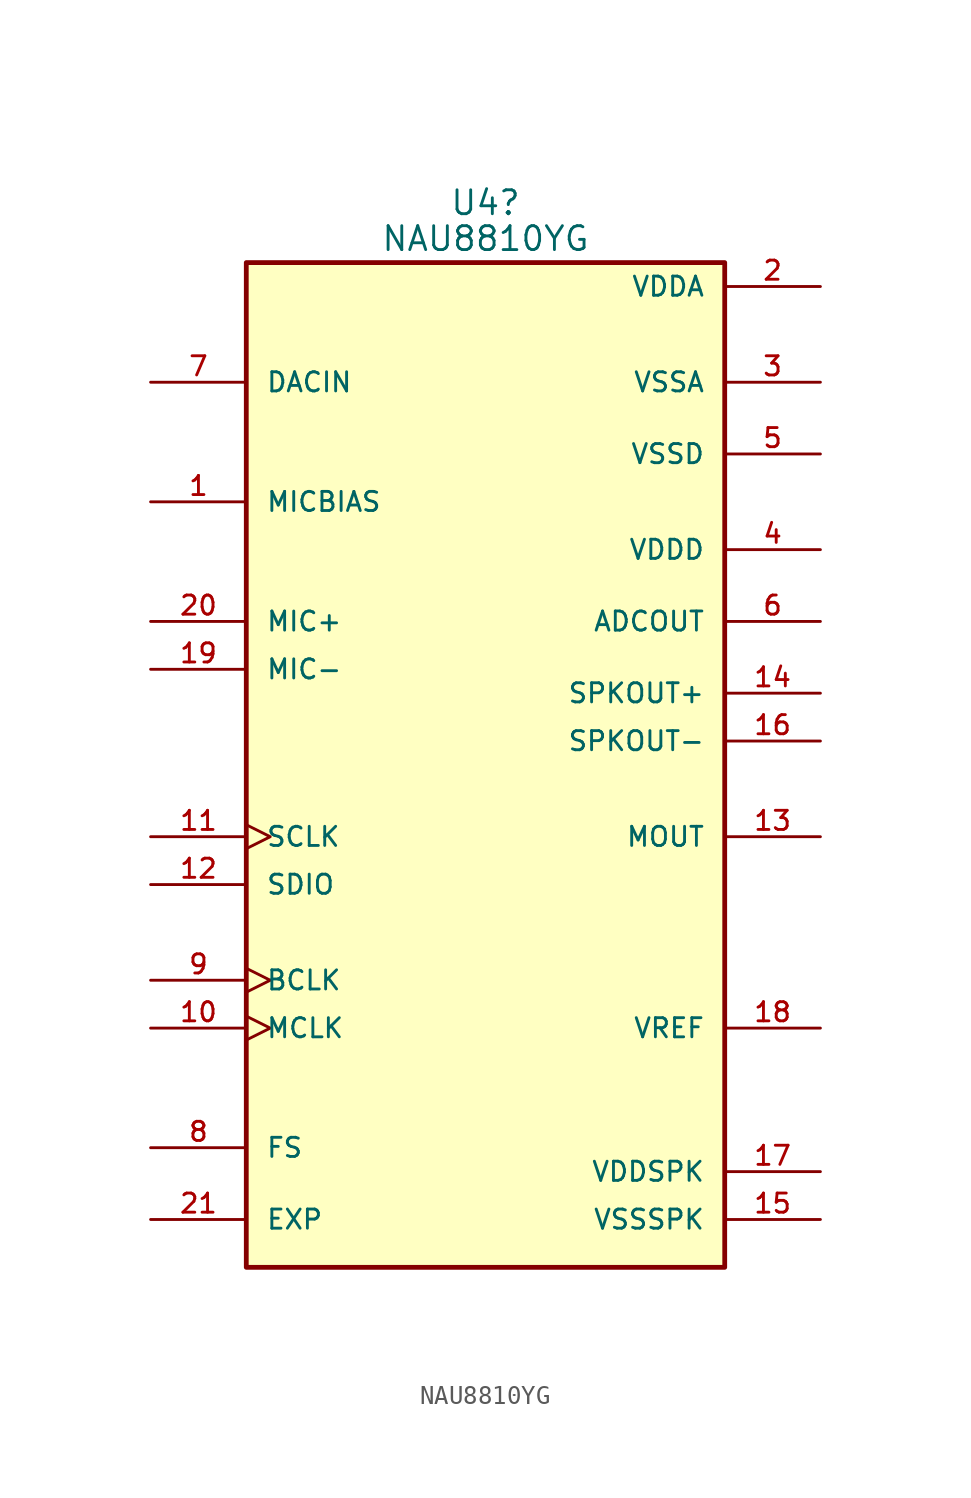
<source format=kicad_sym>
(kicad_symbol_lib
  (version 20211014)
  (generator kicad_symbol_editor)
  (symbol "NAU8810YG"
    (pin_names
      (offset 1.016))
    (property "Reference" "U4"
      (at 0 28.575 0)
      (effects (font (size 1.27 1.27))))
    (property "Value" "NAU8810YG"
      (at 0 26.67 0)
      (effects (font (size 1.27 1.27))))
    (property "ki_locked" ""
      (at 0 0 0)
      (effects (font (size 1.27 1.27))))
    (symbol "NAU8810YG_0_0"
      (rectangle (start -12.7 -27.94) (end 12.7 25.4) (stroke (width 0.254) (type default) (color 0 0 0 0)) (fill (type background)))
      (pin output line (at -17.78 12.7 0) (length 5.08) (name "MICBIAS" (effects (font (size 1.016 1.016)))) (number "1" (effects (font (size 1.016 1.016)))))
      (pin input clock (at -17.78 -15.24 0) (length 5.08) (name "MCLK" (effects (font (size 1.016 1.016)))) (number "10" (effects (font (size 1.016 1.016)))))
      (pin input clock (at -17.78 -5.08 0) (length 5.08) (name "SCLK" (effects (font (size 1.016 1.016)))) (number "11" (effects (font (size 1.016 1.016)))))
      (pin bidirectional line (at -17.78 -7.62 0) (length 5.08) (name "SDIO" (effects (font (size 1.016 1.016)))) (number "12" (effects (font (size 1.016 1.016)))))
      (pin output line (at 17.78 -5.08 180) (length 5.08) (name "MOUT" (effects (font (size 1.016 1.016)))) (number "13" (effects (font (size 1.016 1.016)))))
      (pin output line (at 17.78 2.54 180) (length 5.08) (name "SPKOUT+" (effects (font (size 1.016 1.016)))) (number "14" (effects (font (size 1.016 1.016)))))
      (pin power_in line (at 17.78 -25.4 180) (length 5.08) (name "VSSSPK" (effects (font (size 1.016 1.016)))) (number "15" (effects (font (size 1.016 1.016)))))
      (pin output line (at 17.78 0 180) (length 5.08) (name "SPKOUT-" (effects (font (size 1.016 1.016)))) (number "16" (effects (font (size 1.016 1.016)))))
      (pin power_in line (at 17.78 -22.86 180) (length 5.08) (name "VDDSPK" (effects (font (size 1.016 1.016)))) (number "17" (effects (font (size 1.016 1.016)))))
      (pin output line (at 17.78 -15.24 180) (length 5.08) (name "VREF" (effects (font (size 1.016 1.016)))) (number "18" (effects (font (size 1.016 1.016)))))
      (pin input line (at -17.78 3.81 0) (length 5.08) (name "MIC-" (effects (font (size 1.016 1.016)))) (number "19" (effects (font (size 1.016 1.016)))))
      (pin power_in line (at 17.78 24.13 180) (length 5.08) (name "VDDA" (effects (font (size 1.016 1.016)))) (number "2" (effects (font (size 1.016 1.016)))))
      (pin input line (at -17.78 6.35 0) (length 5.08) (name "MIC+" (effects (font (size 1.016 1.016)))) (number "20" (effects (font (size 1.016 1.016)))))
      (pin passive line (at -17.78 -25.4 0) (length 5.08) (name "EXP" (effects (font (size 1.016 1.016)))) (number "21" (effects (font (size 1.016 1.016)))))
      (pin power_in line (at 17.78 19.05 180) (length 5.08) (name "VSSA" (effects (font (size 1.016 1.016)))) (number "3" (effects (font (size 1.016 1.016)))))
      (pin power_in line (at 17.78 10.16 180) (length 5.08) (name "VDDD" (effects (font (size 1.016 1.016)))) (number "4" (effects (font (size 1.016 1.016)))))
      (pin power_in line (at 17.78 15.24 180) (length 5.08) (name "VSSD" (effects (font (size 1.016 1.016)))) (number "5" (effects (font (size 1.016 1.016)))))
      (pin output line (at 17.78 6.35 180) (length 5.08) (name "ADCOUT" (effects (font (size 1.016 1.016)))) (number "6" (effects (font (size 1.016 1.016)))))
      (pin input line (at -17.78 19.05 0) (length 5.08) (name "DACIN" (effects (font (size 1.016 1.016)))) (number "7" (effects (font (size 1.016 1.016)))))
      (pin bidirectional line (at -17.78 -21.59 0) (length 5.08) (name "FS" (effects (font (size 1.016 1.016)))) (number "8" (effects (font (size 1.016 1.016)))))
      (pin bidirectional clock (at -17.78 -12.7 0) (length 5.08) (name "BCLK" (effects (font (size 1.016 1.016)))) (number "9" (effects (font (size 1.016 1.016))))))))
</source>
